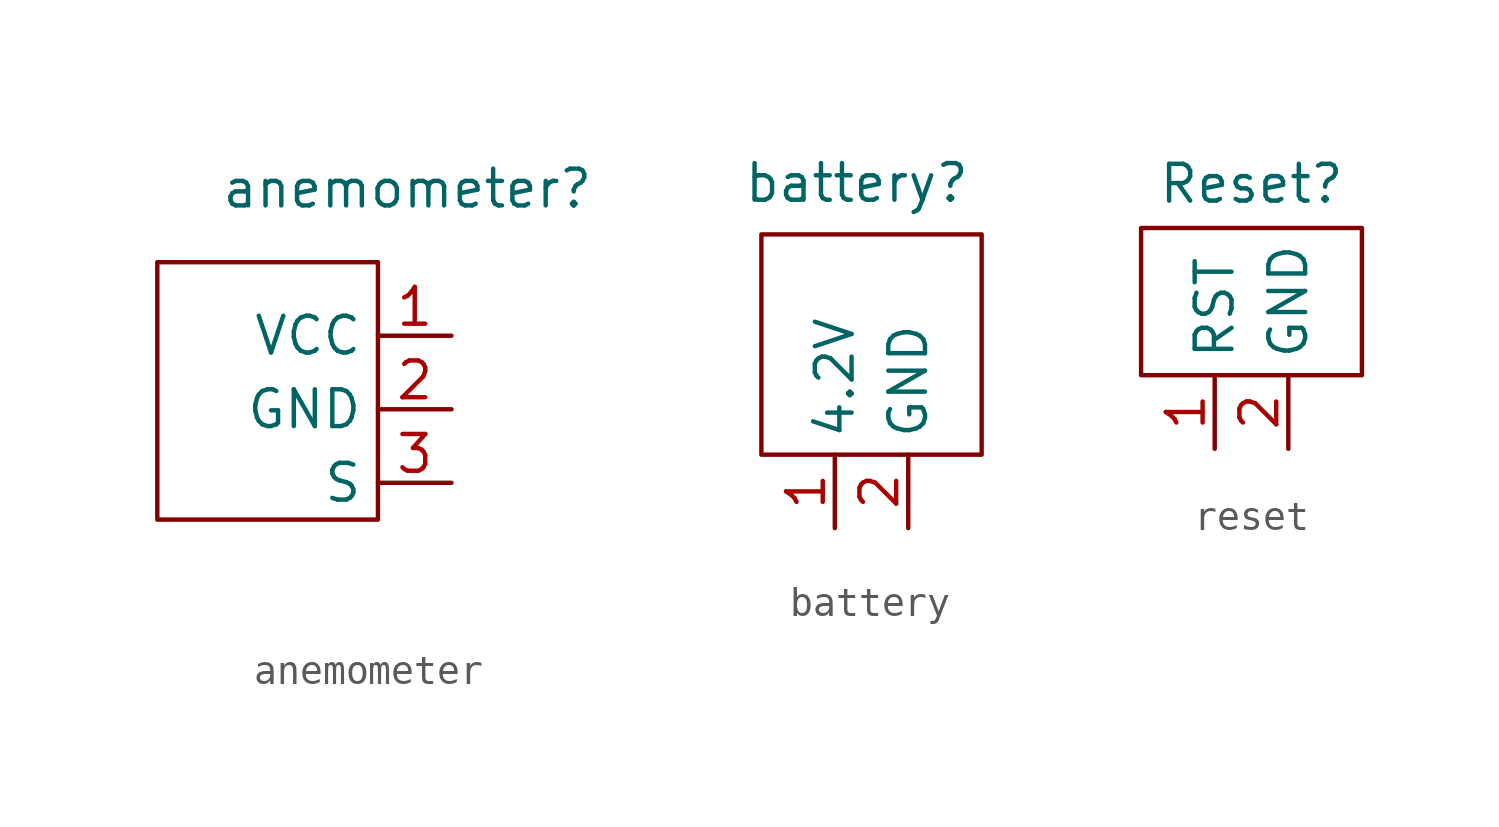
<source format=kicad_sym>
(kicad_symbol_lib
  (version 20231120)
  (generator "kicad_symbol_editor")
  (generator_version "8.0")
  (symbol "anemometer"
    (property "Reference" "anemometer"
      (at 1.016 2.54 0)
      (effects (font (size 1.27 1.27))))
    (property "Value" ""
      (at -3.81 -11.43 0)
      (effects (font (size 1.27 1.27))))
    (symbol "anemometer_0_1"
      (rectangle (start -7.62 0) (end 0 -8.89) (stroke (width 0) (type default)) (fill (type none))))
    (symbol "anemometer_1_1"
      (pin input line (at 2.54 -2.54 180) (length 2.54) (name "VCC" (effects (font (size 1.27 1.27)))) (number "1" (effects (font (size 1.27 1.27)))))
      (pin input line (at 2.54 -5.08 180) (length 2.54) (name "GND" (effects (font (size 1.27 1.27)))) (number "2" (effects (font (size 1.27 1.27)))))
      (pin input line (at 2.54 -7.62 180) (length 2.54) (name "S" (effects (font (size 1.27 1.27)))) (number "3" (effects (font (size 1.27 1.27)))))))
  (symbol "battery"
    (property "Reference" "battery"
      (at 0.762 1.778 0)
      (effects (font (size 1.27 1.27))))
    (property "Value" ""
      (at 0 -3.81 0)
      (effects (font (size 1.27 1.27))))
    (symbol "battery_0_1"
      (rectangle (start -2.54 0) (end 5.08 -7.62) (stroke (width 0) (type default)) (fill (type none))))
    (symbol "battery_1_1"
      (pin input line (at 0 -10.16 90) (length 2.54) (name "4.2V" (effects (font (size 1.27 1.27)))) (number "1" (effects (font (size 1.27 1.27)))))
      (pin input line (at 2.54 -10.16 90) (length 2.54) (name "GND" (effects (font (size 1.27 1.27)))) (number "2" (effects (font (size 1.27 1.27)))))))
  (symbol "reset"
    (property "Reference" "Reset"
      (at 1.27 -1.016 0)
      (effects (font (size 1.27 1.27))))
    (property "Value" ""
      (at 0 0 0)
      (effects (font (size 1.27 1.27))))
    (symbol "reset_0_1"
      (rectangle (start -2.54 -2.54) (end 5.08 -7.62) (stroke (width 0) (type default)) (fill (type none))))
    (symbol "reset_1_1"
      (pin input line (at 0 -10.16 90) (length 2.54) (name "RST" (effects (font (size 1.27 1.27)))) (number "1" (effects (font (size 1.27 1.27)))))
      (pin input line (at 2.54 -10.16 90) (length 2.54) (name "GND" (effects (font (size 1.27 1.27)))) (number "2" (effects (font (size 1.27 1.27))))))))
</source>
